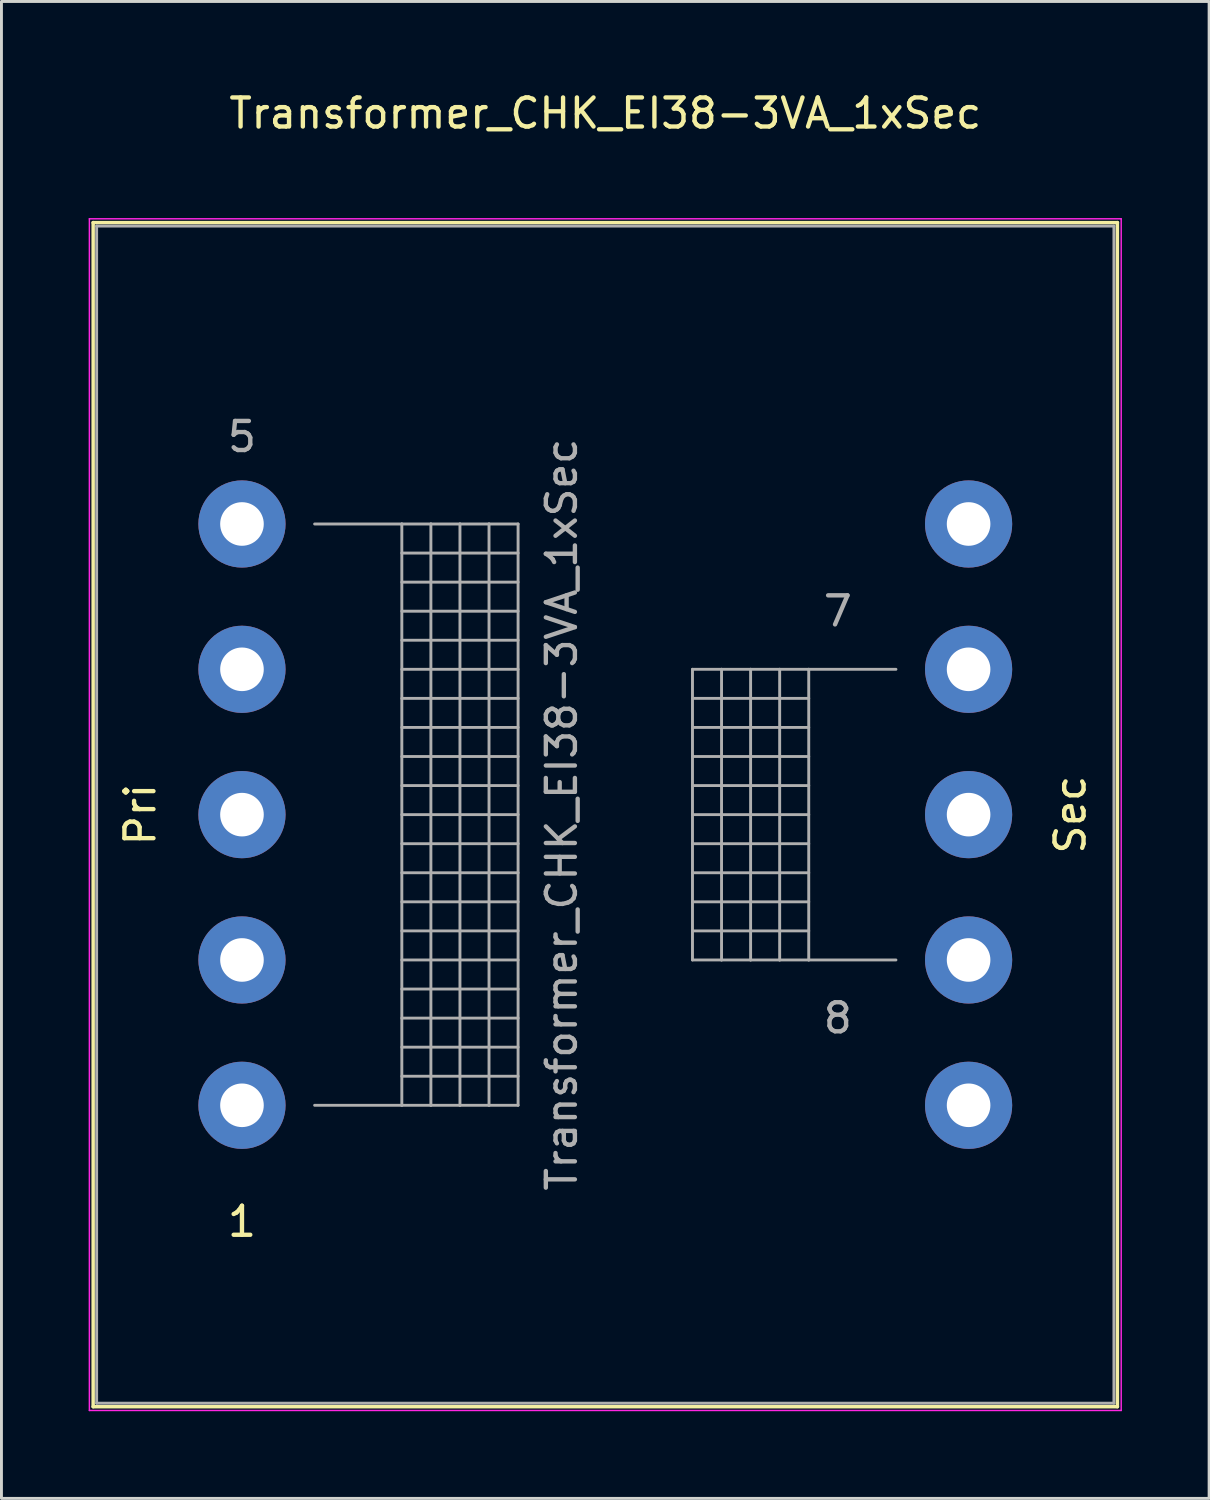
<source format=kicad_pcb>
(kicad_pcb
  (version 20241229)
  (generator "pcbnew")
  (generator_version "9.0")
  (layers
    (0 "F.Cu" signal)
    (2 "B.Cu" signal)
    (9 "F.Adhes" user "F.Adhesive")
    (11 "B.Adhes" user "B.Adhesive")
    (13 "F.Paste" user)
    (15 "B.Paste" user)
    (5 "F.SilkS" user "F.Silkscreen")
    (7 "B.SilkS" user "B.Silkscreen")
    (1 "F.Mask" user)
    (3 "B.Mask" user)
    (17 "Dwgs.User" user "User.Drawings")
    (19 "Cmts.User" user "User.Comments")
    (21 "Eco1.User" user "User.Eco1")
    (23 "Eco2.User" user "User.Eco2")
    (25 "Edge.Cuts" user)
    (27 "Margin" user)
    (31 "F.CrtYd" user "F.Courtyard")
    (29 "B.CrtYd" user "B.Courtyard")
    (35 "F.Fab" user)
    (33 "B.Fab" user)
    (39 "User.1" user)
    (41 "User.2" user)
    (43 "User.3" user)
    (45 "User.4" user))
  (footprint "Transformer_CHK_EI38-3VA_1xSec"
    (layer "F.Cu")
    (at 5.275 34.978)
    (property "Reference" "Transformer_CHK_EI38-3VA_1xSec" (at 12.5 -34.13 0) (layer "F.SilkS") (effects (font (size 1 1) (thickness 0.15))))
    (attr through_hole)
    (fp_line (start -5.12 -30.37) (end -5.12 10.37) (stroke (width 0.12) (type solid)) (layer "F.SilkS"))
    (fp_line (start -5.12 -30.37) (end 30.12 -30.37) (stroke (width 0.12) (type solid)) (layer "F.SilkS"))
    (fp_line (start 30.12 10.37) (end -5.12 10.37) (stroke (width 0.12) (type solid)) (layer "F.SilkS"))
    (fp_line (start 30.12 10.37) (end 30.12 -30.37) (stroke (width 0.12) (type solid)) (layer "F.SilkS"))
    (fp_line (start -5.25 -30.5) (end -5.25 10.5) (stroke (width 0.05) (type solid)) (layer "F.CrtYd"))
    (fp_line (start -5.25 -30.5) (end 30.25 -30.5) (stroke (width 0.05) (type solid)) (layer "F.CrtYd"))
    (fp_line (start 30.25 10.5) (end -5.25 10.5) (stroke (width 0.05) (type solid)) (layer "F.CrtYd"))
    (fp_line (start 30.25 10.5) (end 30.25 -30.5) (stroke (width 0.05) (type solid)) (layer "F.CrtYd"))
    (fp_line (start -5 -30.25) (end -5 10.25) (stroke (width 0.1) (type solid)) (layer "F.Fab"))
    (fp_line (start -5 10.25) (end 30 10.25) (stroke (width 0.1) (type solid)) (layer "F.Fab"))
    (fp_line (start 2.5 -20) (end 5.5 -20) (stroke (width 0.1) (type solid)) (layer "F.Fab"))
    (fp_line (start 5.5 -20) (end 5.5 0) (stroke (width 0.1) (type solid)) (layer "F.Fab"))
    (fp_line (start 5.5 -20) (end 6.5 -20) (stroke (width 0.1) (type solid)) (layer "F.Fab"))
    (fp_line (start 5.5 -19) (end 9.5 -19) (stroke (width 0.1) (type solid)) (layer "F.Fab"))
    (fp_line (start 5.5 -18) (end 9.5 -18) (stroke (width 0.1) (type solid)) (layer "F.Fab"))
    (fp_line (start 5.5 -17) (end 9.5 -17) (stroke (width 0.1) (type solid)) (layer "F.Fab"))
    (fp_line (start 5.5 -16) (end 9.5 -16) (stroke (width 0.1) (type solid)) (layer "F.Fab"))
    (fp_line (start 5.5 -15) (end 9.5 -15) (stroke (width 0.1) (type solid)) (layer "F.Fab"))
    (fp_line (start 5.5 -14) (end 9.5 -14) (stroke (width 0.1) (type solid)) (layer "F.Fab"))
    (fp_line (start 5.5 -13) (end 9.5 -13) (stroke (width 0.1) (type solid)) (layer "F.Fab"))
    (fp_line (start 5.5 -12) (end 9.5 -12) (stroke (width 0.1) (type solid)) (layer "F.Fab"))
    (fp_line (start 5.5 -11) (end 9.5 -11) (stroke (width 0.1) (type solid)) (layer "F.Fab"))
    (fp_line (start 5.5 -10) (end 9.5 -10) (stroke (width 0.1) (type solid)) (layer "F.Fab"))
    (fp_line (start 5.5 -9) (end 9.5 -9) (stroke (width 0.1) (type solid)) (layer "F.Fab"))
    (fp_line (start 5.5 -8) (end 9.5 -8) (stroke (width 0.1) (type solid)) (layer "F.Fab"))
    (fp_line (start 5.5 -7) (end 9.5 -7) (stroke (width 0.1) (type solid)) (layer "F.Fab"))
    (fp_line (start 5.5 -6) (end 9.5 -6) (stroke (width 0.1) (type solid)) (layer "F.Fab"))
    (fp_line (start 5.5 -5) (end 9.5 -5) (stroke (width 0.1) (type solid)) (layer "F.Fab"))
    (fp_line (start 5.5 -4) (end 9.5 -4) (stroke (width 0.1) (type solid)) (layer "F.Fab"))
    (fp_line (start 5.5 -3) (end 9.5 -3) (stroke (width 0.1) (type solid)) (layer "F.Fab"))
    (fp_line (start 5.5 -2) (end 9.5 -2) (stroke (width 0.1) (type solid)) (layer "F.Fab"))
    (fp_line (start 5.5 -1) (end 9.5 -1) (stroke (width 0.1) (type solid)) (layer "F.Fab"))
    (fp_line (start 5.5 0) (end 2.5 0) (stroke (width 0.1) (type solid)) (layer "F.Fab"))
    (fp_line (start 6.5 -20) (end 6.5 0) (stroke (width 0.1) (type solid)) (layer "F.Fab"))
    (fp_line (start 6.5 -20) (end 7.5 -20) (stroke (width 0.1) (type solid)) (layer "F.Fab"))
    (fp_line (start 6.5 0) (end 5.5 0) (stroke (width 0.1) (type solid)) (layer "F.Fab"))
    (fp_line (start 7.5 -20) (end 7.5 0) (stroke (width 0.1) (type solid)) (layer "F.Fab"))
    (fp_line (start 7.5 -20) (end 8.5 -20) (stroke (width 0.1) (type solid)) (layer "F.Fab"))
    (fp_line (start 7.5 0) (end 6.5 0) (stroke (width 0.1) (type solid)) (layer "F.Fab"))
    (fp_line (start 8.5 -20) (end 8.5 0) (stroke (width 0.1) (type solid)) (layer "F.Fab"))
    (fp_line (start 8.5 -20) (end 9.5 -20) (stroke (width 0.1) (type solid)) (layer "F.Fab"))
    (fp_line (start 8.5 0) (end 7.5 0) (stroke (width 0.1) (type solid)) (layer "F.Fab"))
    (fp_line (start 9.5 -20) (end 9.5 0) (stroke (width 0.1) (type solid)) (layer "F.Fab"))
    (fp_line (start 9.5 0) (end 8.5 0) (stroke (width 0.1) (type solid)) (layer "F.Fab"))
    (fp_line (start 15.5 -15) (end 15.5 -5) (stroke (width 0.1) (type solid)) (layer "F.Fab"))
    (fp_line (start 15.5 -14) (end 19.5 -14) (stroke (width 0.1) (type solid)) (layer "F.Fab"))
    (fp_line (start 15.5 -12) (end 19.5 -12) (stroke (width 0.1) (type solid)) (layer "F.Fab"))
    (fp_line (start 15.5 -10) (end 19.5 -10) (stroke (width 0.1) (type solid)) (layer "F.Fab"))
    (fp_line (start 15.5 -8) (end 19.5 -8) (stroke (width 0.1) (type solid)) (layer "F.Fab"))
    (fp_line (start 15.5 -6) (end 19.5 -6) (stroke (width 0.1) (type solid)) (layer "F.Fab"))
    (fp_line (start 15.5 -5) (end 16.5 -5) (stroke (width 0.1) (type solid)) (layer "F.Fab"))
    (fp_line (start 16.5 -15) (end 15.5 -15) (stroke (width 0.1) (type solid)) (layer "F.Fab"))
    (fp_line (start 16.5 -15) (end 16.5 -5) (stroke (width 0.1) (type solid)) (layer "F.Fab"))
    (fp_line (start 16.5 -5) (end 17.5 -5) (stroke (width 0.1) (type solid)) (layer "F.Fab"))
    (fp_line (start 17.5 -15) (end 16.5 -15) (stroke (width 0.1) (type solid)) (layer "F.Fab"))
    (fp_line (start 17.5 -15) (end 17.5 -5) (stroke (width 0.1) (type solid)) (layer "F.Fab"))
    (fp_line (start 17.5 -5) (end 18.5 -5) (stroke (width 0.1) (type solid)) (layer "F.Fab"))
    (fp_line (start 18.5 -15) (end 17.5 -15) (stroke (width 0.1) (type solid)) (layer "F.Fab"))
    (fp_line (start 18.5 -15) (end 18.5 -5) (stroke (width 0.1) (type solid)) (layer "F.Fab"))
    (fp_line (start 18.5 -5) (end 19.5 -5) (stroke (width 0.1) (type solid)) (layer "F.Fab"))
    (fp_line (start 19.5 -15) (end 18.5 -15) (stroke (width 0.1) (type solid)) (layer "F.Fab"))
    (fp_line (start 19.5 -15) (end 19.5 -5) (stroke (width 0.1) (type solid)) (layer "F.Fab"))
    (fp_line (start 19.5 -13) (end 15.5 -13) (stroke (width 0.1) (type solid)) (layer "F.Fab"))
    (fp_line (start 19.5 -11) (end 15.5 -11) (stroke (width 0.1) (type solid)) (layer "F.Fab"))
    (fp_line (start 19.5 -9) (end 15.5 -9) (stroke (width 0.1) (type solid)) (layer "F.Fab"))
    (fp_line (start 19.5 -7) (end 15.5 -7) (stroke (width 0.1) (type solid)) (layer "F.Fab"))
    (fp_line (start 19.5 -5) (end 22.5 -5) (stroke (width 0.1) (type solid)) (layer "F.Fab"))
    (fp_line (start 22.5 -15) (end 19.5 -15) (stroke (width 0.1) (type solid)) (layer "F.Fab"))
    (fp_line (start 30 -30.25) (end -5 -30.25) (stroke (width 0.1) (type solid)) (layer "F.Fab"))
    (fp_line (start 30 10.25) (end 30 -30.25) (stroke (width 0.1) (type solid)) (layer "F.Fab"))
    (fp_text user "1" (at 0 4 0) (layer "F.SilkS") (effects (font (size 1 1) (thickness 0.15))))
    (fp_text user "Pri" (at -3.5 -10 90) (layer "F.SilkS") (effects (font (size 1 1) (thickness 0.15))))
    (fp_text user "Sec" (at 28.5 -10 90) (layer "F.SilkS") (effects (font (size 1 1) (thickness 0.15))))
    (fp_text user "${REFERENCE}" (at 11 -10 90) (layer "F.Fab") (effects (font (size 1 1) (thickness 0.15))))
    (fp_text user "8" (at 20.5 -3 0) (layer "F.Fab") (effects (font (size 1 1) (thickness 0.15))))
    (fp_text user "5" (at 0 -23 0) (layer "F.Fab") (effects (font (size 1 1) (thickness 0.15))))
    (fp_text user "7" (at 20.5 -17 0) (layer "F.Fab") (effects (font (size 1 1) (thickness 0.15))))
    (pad "1" thru_hole circle (at 0 0) (size 3 3) (drill 1.5) (layers "*.Cu" "*.Mask"))
    (pad "2" thru_hole circle (at 0 -5) (size 3 3) (drill 1.5) (layers "*.Cu" "*.Mask"))
    (pad "3" thru_hole circle (at 0 -10) (size 3 3) (drill 1.5) (layers "*.Cu" "*.Mask"))
    (pad "4" thru_hole circle (at 0 -15) (size 3 3) (drill 1.5) (layers "*.Cu" "*.Mask"))
    (pad "5" thru_hole circle (at 0 -20) (size 3 3) (drill 1.5) (layers "*.Cu" "*.Mask"))
    (pad "6" thru_hole circle (at 25 -20) (size 3 3) (drill 1.5) (layers "*.Cu" "*.Mask"))
    (pad "7" thru_hole circle (at 25 -15) (size 3 3) (drill 1.5) (layers "*.Cu" "*.Mask"))
    (pad "8" thru_hole circle (at 25 -10) (size 3 3) (drill 1.5) (layers "*.Cu" "*.Mask"))
    (pad "9" thru_hole circle (at 25 -5) (size 3 3) (drill 1.5) (layers "*.Cu" "*.Mask"))
    (pad "10" thru_hole circle (at 25 0) (size 3 3) (drill 1.5) (layers "*.Cu" "*.Mask")))
  (gr_rect
    (start -3 -3)
    (end 38.55 48.503)
    (stroke (width 0.1) (type default))
    (fill no)
    (layer "Edge.Cuts")))
</source>
